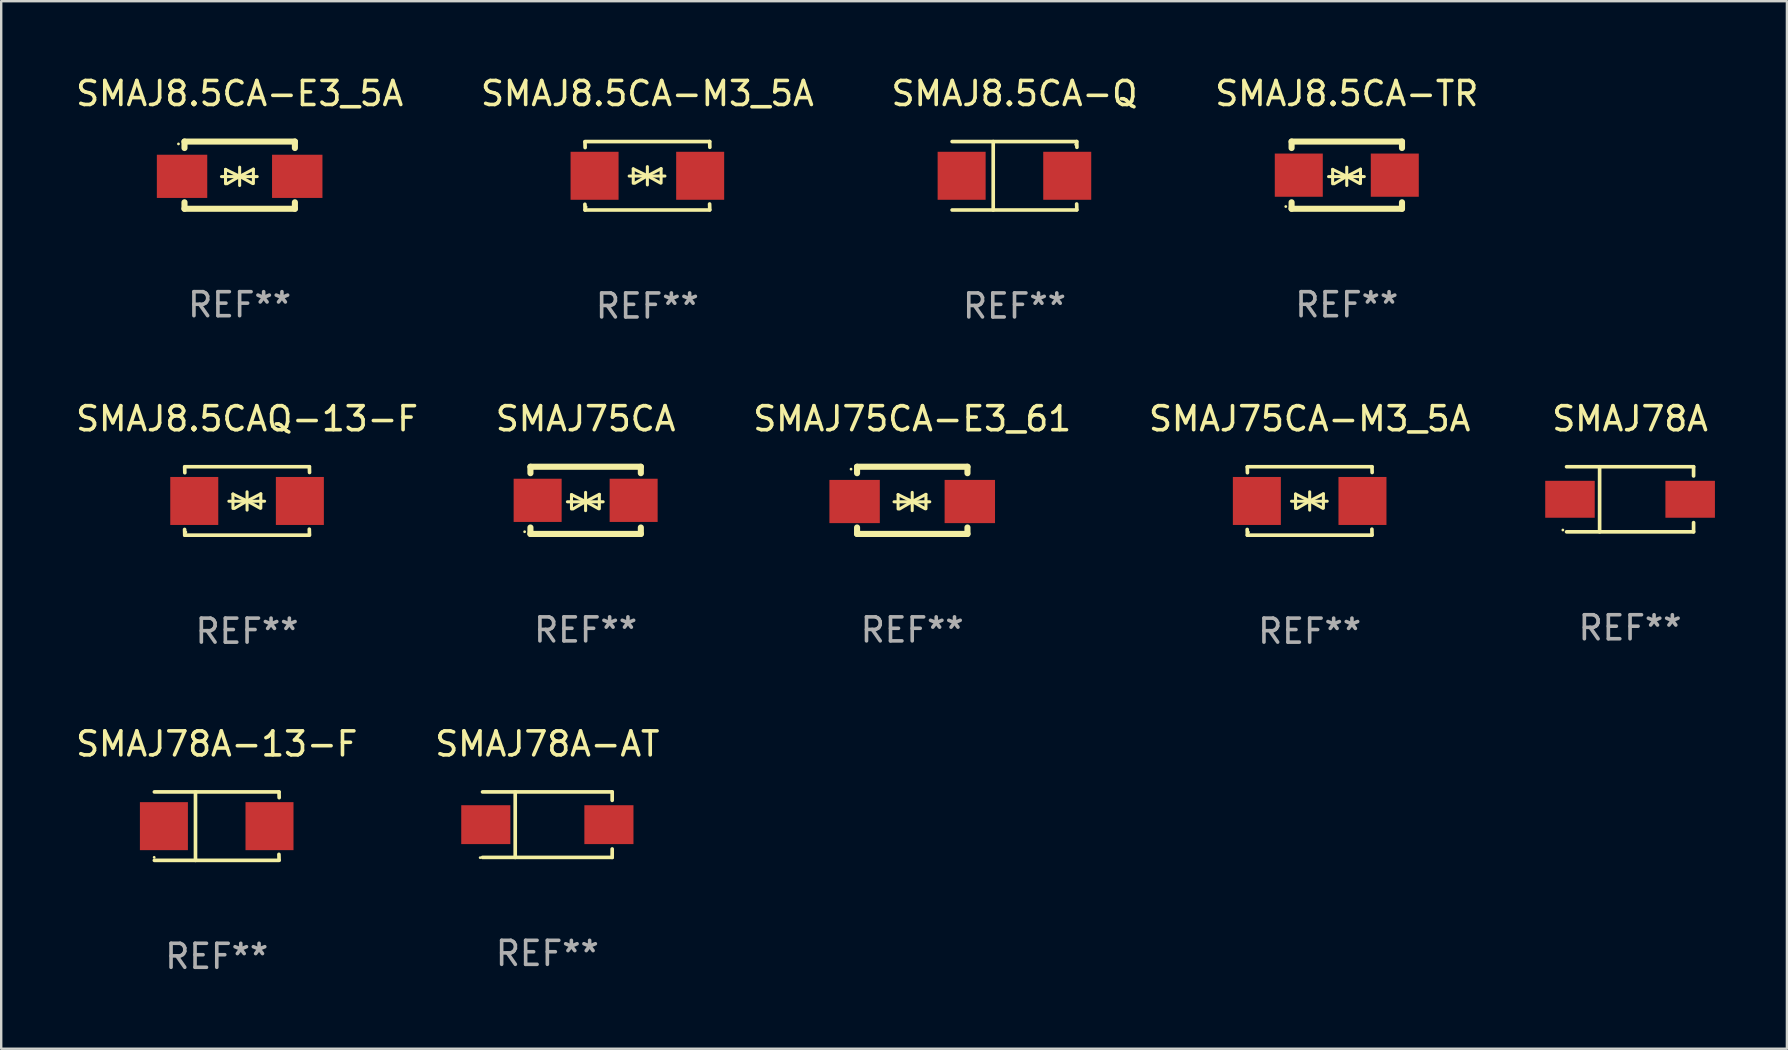
<source format=kicad_pcb>
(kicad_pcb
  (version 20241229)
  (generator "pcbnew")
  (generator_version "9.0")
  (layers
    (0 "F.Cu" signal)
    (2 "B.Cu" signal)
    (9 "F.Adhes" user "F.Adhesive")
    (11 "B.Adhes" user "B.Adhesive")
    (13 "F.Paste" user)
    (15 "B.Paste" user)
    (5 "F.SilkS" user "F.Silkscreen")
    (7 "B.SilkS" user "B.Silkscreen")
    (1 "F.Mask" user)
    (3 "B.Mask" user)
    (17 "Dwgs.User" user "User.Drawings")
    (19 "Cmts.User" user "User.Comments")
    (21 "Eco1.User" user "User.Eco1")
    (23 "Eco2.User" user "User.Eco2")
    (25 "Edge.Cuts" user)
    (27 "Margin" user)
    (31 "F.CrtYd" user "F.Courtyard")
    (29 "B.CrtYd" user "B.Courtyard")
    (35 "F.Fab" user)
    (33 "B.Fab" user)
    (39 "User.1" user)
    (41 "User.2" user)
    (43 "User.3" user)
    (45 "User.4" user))
  (footprint "SMAJ78A-AT"
    (layer "F.Cu")
    (at 19.756 31.31)
    (property "Reference" "SMAJ78A-AT" (at 0 -3.364 0) (layer "F.SilkS") (effects (font (size 1 1) (thickness 0.15))))
    (attr through_hole)
    (fp_line (start -2.701 -1.364) (end 2.701 -1.364) (stroke (width 0.152) (type solid)) (layer "F.SilkS"))
    (fp_line (start -2.701 1.364) (end 2.701 1.364) (stroke (width 0.152) (type solid)) (layer "F.SilkS"))
    (fp_line (start -1.339 -1.364) (end -1.339 1.364) (stroke (width 0.152) (type solid)) (layer "F.SilkS"))
    (fp_line (start 2.701 -1.364) (end 2.701 -1.013) (stroke (width 0.152) (type solid)) (layer "F.SilkS"))
    (fp_line (start 2.701 1.364) (end 2.701 1.013) (stroke (width 0.152) (type solid)) (layer "F.SilkS"))
    (fp_circle (center -2.8 1.375) (end -2.77 1.375) (stroke (width 0.06) (type solid)) (fill no) (layer "F.SilkS"))
    (fp_text user "REF**" (at 0 5.364 0) (layer "F.Fab") (effects (font (size 1 1) (thickness 0.15))))
    (pad "1" smd rect (at -2.565 -0.000025) (size 2.046 1.62) (layers "F.Cu" "F.Mask" "F.Paste"))
    (pad "2" smd rect (at 2.565 -0.000025) (size 2.046 1.62) (layers "F.Cu" "F.Mask" "F.Paste")))
  (footprint "SMAJ8.5CA-E3_5A"
    (layer "F.Cu")
    (at 6.935 4.248)
    (property "Reference" "SMAJ8.5CA-E3_5A" (at 0 -3.4 0) (layer "F.SilkS") (effects (font (size 1 1) (thickness 0.15))))
    (attr through_hole)
    (fp_line (start -2.298 -1.4) (end -2.298 -1.131) (stroke (width 0.254) (type solid)) (layer "F.SilkS"))
    (fp_line (start -2.298 -1.4) (end 2.302 -1.4) (stroke (width 0.254) (type solid)) (layer "F.SilkS"))
    (fp_line (start -2.298 1.131) (end -2.298 1.4) (stroke (width 0.254) (type solid)) (layer "F.SilkS"))
    (fp_line (start -2.298 1.4) (end 2.302 1.4) (stroke (width 0.254) (type solid)) (layer "F.SilkS"))
    (fp_line (start -0.758 0.06) (end 0.732 0.06) (stroke (width 0.127) (type solid)) (layer "F.SilkS"))
    (fp_line (start -0.588 -0.24) (end -0.588 0.36) (stroke (width 0.127) (type solid)) (layer "F.SilkS"))
    (fp_line (start -0.588 -0.24) (end 0.000025 0.049) (stroke (width 0.127) (type solid)) (layer "F.SilkS"))
    (fp_line (start -0.528 0.36) (end 0.000025 0.049) (stroke (width 0.127) (type solid)) (layer "F.SilkS"))
    (fp_line (start 0.000025 0.049) (end 0.000025 -0.332) (stroke (width 0.127) (type solid)) (layer "F.SilkS"))
    (fp_line (start 0.000025 0.049) (end 0.000025 0.43) (stroke (width 0.127) (type solid)) (layer "F.SilkS"))
    (fp_line (start 0.542 0.35) (end 0.000025 0.049) (stroke (width 0.127) (type solid)) (layer "F.SilkS"))
    (fp_line (start 0.572 -0.25) (end 0.000025 0.049) (stroke (width 0.127) (type solid)) (layer "F.SilkS"))
    (fp_line (start 0.572 -0.25) (end 0.572 0.35) (stroke (width 0.127) (type solid)) (layer "F.SilkS"))
    (fp_line (start 2.302 -1.4) (end 2.302 -1.131) (stroke (width 0.254) (type solid)) (layer "F.SilkS"))
    (fp_line (start 2.302 1.131) (end 2.302 1.4) (stroke (width 0.254) (type solid)) (layer "F.SilkS"))
    (fp_circle (center -2.549 -1.301) (end -2.519 -1.301) (stroke (width 0.06) (type solid)) (fill no) (layer "F.SilkS"))
    (fp_text user "REF**" (at 0 5.4 0) (layer "F.Fab") (effects (font (size 1 1) (thickness 0.15))))
    (pad "1" smd rect (at -2.4 0.049) (size 2.1 1.8) (layers "F.Cu" "F.Mask" "F.Paste"))
    (pad "2" smd rect (at 2.4 0.049) (size 2.1 1.8) (layers "F.Cu" "F.Mask" "F.Paste")))
  (footprint "SMAJ8.5CA-TR"
    (layer "F.Cu")
    (at 53.065 4.248)
    (property "Reference" "SMAJ8.5CA-TR" (at 0 -3.4 0) (layer "F.SilkS") (effects (font (size 1 1) (thickness 0.15))))
    (attr through_hole)
    (fp_line (start -2.3 -1.4) (end -2.3 -1.131) (stroke (width 0.254) (type solid)) (layer "F.SilkS"))
    (fp_line (start -2.3 -1.4) (end 2.3 -1.4) (stroke (width 0.254) (type solid)) (layer "F.SilkS"))
    (fp_line (start -2.3 1.131) (end -2.3 1.4) (stroke (width 0.254) (type solid)) (layer "F.SilkS"))
    (fp_line (start -2.3 1.4) (end 2.3 1.4) (stroke (width 0.254) (type solid)) (layer "F.SilkS"))
    (fp_line (start -0.76 0.06) (end 0.73 0.06) (stroke (width 0.127) (type solid)) (layer "F.SilkS"))
    (fp_line (start -0.59 -0.24) (end -0.59 0.36) (stroke (width 0.127) (type solid)) (layer "F.SilkS"))
    (fp_line (start -0.59 -0.24) (end -0.002 0.049) (stroke (width 0.127) (type solid)) (layer "F.SilkS"))
    (fp_line (start -0.53 0.36) (end -0.002 0.049) (stroke (width 0.127) (type solid)) (layer "F.SilkS"))
    (fp_line (start -0.002 0.049) (end -0.002 -0.332) (stroke (width 0.127) (type solid)) (layer "F.SilkS"))
    (fp_line (start -0.002 0.049) (end -0.002 0.43) (stroke (width 0.127) (type solid)) (layer "F.SilkS"))
    (fp_line (start 0.54 0.35) (end -0.002 0.049) (stroke (width 0.127) (type solid)) (layer "F.SilkS"))
    (fp_line (start 0.57 -0.25) (end -0.002 0.049) (stroke (width 0.127) (type solid)) (layer "F.SilkS"))
    (fp_line (start 0.57 -0.25) (end 0.57 0.35) (stroke (width 0.127) (type solid)) (layer "F.SilkS"))
    (fp_line (start 2.3 -1.4) (end 2.3 -1.131) (stroke (width 0.254) (type solid)) (layer "F.SilkS"))
    (fp_line (start 2.3 1.131) (end 2.3 1.4) (stroke (width 0.254) (type solid)) (layer "F.SilkS"))
    (fp_circle (center -2.542 1.308) (end -2.512 1.308) (stroke (width 0.06) (type solid)) (fill no) (layer "F.SilkS"))
    (fp_text user "REF**" (at 0 5.4 0) (layer "F.Fab") (effects (font (size 1 1) (thickness 0.15))))
    (pad "1" smd rect (at -2 0) (size 2 1.8) (layers "F.Cu" "F.Mask" "F.Paste"))
    (pad "2" smd rect (at 2 0) (size 2 1.8) (layers "F.Cu" "F.Mask" "F.Paste")))
  (footprint "SMAJ75CA-M3_5A"
    (layer "F.Cu")
    (at 51.518 17.823)
    (property "Reference" "SMAJ75CA-M3_5A" (at 0 -3.426 0) (layer "F.SilkS") (effects (font (size 1 1) (thickness 0.15))))
    (attr through_hole)
    (fp_line (start -2.596 -1.426) (end 2.596 -1.426) (stroke (width 0.152) (type solid)) (layer "F.SilkS"))
    (fp_line (start -2.596 1.426) (end -2.603 1.187) (stroke (width 0.152) (type solid)) (layer "F.SilkS"))
    (fp_line (start -2.596 1.426) (end 2.596 1.426) (stroke (width 0.152) (type solid)) (layer "F.SilkS"))
    (fp_line (start -2.593 -1.176) (end -2.6 -1.415) (stroke (width 0.152) (type solid)) (layer "F.SilkS"))
    (fp_line (start -0.758 0.011) (end 0.732 0.011) (stroke (width 0.127) (type solid)) (layer "F.SilkS"))
    (fp_line (start -0.588 -0.289) (end -0.588 0.311) (stroke (width 0.127) (type solid)) (layer "F.SilkS"))
    (fp_line (start -0.588 -0.289) (end 0 0) (stroke (width 0.127) (type solid)) (layer "F.SilkS"))
    (fp_line (start -0.528 0.311) (end 0 0) (stroke (width 0.127) (type solid)) (layer "F.SilkS"))
    (fp_line (start 0 0) (end 0 -0.381) (stroke (width 0.127) (type solid)) (layer "F.SilkS"))
    (fp_line (start 0 0) (end 0 0.381) (stroke (width 0.127) (type solid)) (layer "F.SilkS"))
    (fp_line (start 0.542 0.301) (end 0 0) (stroke (width 0.127) (type solid)) (layer "F.SilkS"))
    (fp_line (start 0.572 -0.299) (end 0 0) (stroke (width 0.127) (type solid)) (layer "F.SilkS"))
    (fp_line (start 0.572 -0.299) (end 0.572 0.301) (stroke (width 0.127) (type solid)) (layer "F.SilkS"))
    (fp_line (start 2.593 1.176) (end 2.6 1.415) (stroke (width 0.152) (type solid)) (layer "F.SilkS"))
    (fp_line (start 2.596 -1.426) (end 2.603 -1.187) (stroke (width 0.152) (type solid)) (layer "F.SilkS"))
    (fp_circle (center -2.55 1.3) (end -2.52 1.3) (stroke (width 0.06) (type solid)) (fill no) (layer "F.SilkS"))
    (fp_text user "REF**" (at 0 5.426 0) (layer "F.Fab") (effects (font (size 1 1) (thickness 0.15))))
    (pad "1" smd rect (at -2.2 0 180) (size 2 2) (layers "F.Cu" "F.Mask" "F.Paste"))
    (pad "2" smd rect (at 2.2 0 180) (size 2 2) (layers "F.Cu" "F.Mask" "F.Paste")))
  (footprint "SMAJ78A-13-F"
    (layer "F.Cu")
    (at 5.982 31.372)
    (property "Reference" "SMAJ78A-13-F" (at 0 -3.426 0) (layer "F.SilkS") (effects (font (size 1 1) (thickness 0.15))))
    (attr through_hole)
    (fp_line (start -2.6 -1.426) (end 2.593 -1.426) (stroke (width 0.152) (type solid)) (layer "F.SilkS"))
    (fp_line (start -2.6 1.426) (end 2.593 1.426) (stroke (width 0.152) (type solid)) (layer "F.SilkS"))
    (fp_line (start -0.887 -1.426) (end -0.887 1.426) (stroke (width 0.152) (type solid)) (layer "F.SilkS"))
    (fp_line (start 2.59 1.176) (end 2.597 1.415) (stroke (width 0.152) (type solid)) (layer "F.SilkS"))
    (fp_line (start 2.593 -1.426) (end 2.6 -1.187) (stroke (width 0.152) (type solid)) (layer "F.SilkS"))
    (fp_circle (center -2.608 1.3) (end -2.578 1.3) (stroke (width 0.06) (type solid)) (fill no) (layer "F.SilkS"))
    (fp_text user "REF**" (at 0 5.426 0) (layer "F.Fab") (effects (font (size 1 1) (thickness 0.15))))
    (pad "1" smd rect (at -2.203 0 180) (size 2 2) (layers "F.Cu" "F.Mask" "F.Paste"))
    (pad "2" smd rect (at 2.197 0 180) (size 2 2) (layers "F.Cu" "F.Mask" "F.Paste")))
  (footprint "SMAJ75CA-E3_61"
    (layer "F.Cu")
    (at 34.958 17.797)
    (property "Reference" "SMAJ75CA-E3_61" (at 0 -3.4 0) (layer "F.SilkS") (effects (font (size 1 1) (thickness 0.15))))
    (attr through_hole)
    (fp_line (start -2.298 -1.4) (end -2.298 -1.131) (stroke (width 0.254) (type solid)) (layer "F.SilkS"))
    (fp_line (start -2.298 -1.4) (end 2.302 -1.4) (stroke (width 0.254) (type solid)) (layer "F.SilkS"))
    (fp_line (start -2.298 1.131) (end -2.298 1.4) (stroke (width 0.254) (type solid)) (layer "F.SilkS"))
    (fp_line (start -2.298 1.4) (end 2.302 1.4) (stroke (width 0.254) (type solid)) (layer "F.SilkS"))
    (fp_line (start -0.758 0.06) (end 0.732 0.06) (stroke (width 0.127) (type solid)) (layer "F.SilkS"))
    (fp_line (start -0.588 -0.24) (end -0.588 0.36) (stroke (width 0.127) (type solid)) (layer "F.SilkS"))
    (fp_line (start -0.588 -0.24) (end 0.000025 0.049) (stroke (width 0.127) (type solid)) (layer "F.SilkS"))
    (fp_line (start -0.528 0.36) (end 0.000025 0.049) (stroke (width 0.127) (type solid)) (layer "F.SilkS"))
    (fp_line (start 0.000025 0.049) (end 0.000025 -0.332) (stroke (width 0.127) (type solid)) (layer "F.SilkS"))
    (fp_line (start 0.000025 0.049) (end 0.000025 0.43) (stroke (width 0.127) (type solid)) (layer "F.SilkS"))
    (fp_line (start 0.542 0.35) (end 0.000025 0.049) (stroke (width 0.127) (type solid)) (layer "F.SilkS"))
    (fp_line (start 0.572 -0.25) (end 0.000025 0.049) (stroke (width 0.127) (type solid)) (layer "F.SilkS"))
    (fp_line (start 0.572 -0.25) (end 0.572 0.35) (stroke (width 0.127) (type solid)) (layer "F.SilkS"))
    (fp_line (start 2.302 -1.4) (end 2.302 -1.131) (stroke (width 0.254) (type solid)) (layer "F.SilkS"))
    (fp_line (start 2.302 1.131) (end 2.302 1.4) (stroke (width 0.254) (type solid)) (layer "F.SilkS"))
    (fp_circle (center -2.549 -1.301) (end -2.519 -1.301) (stroke (width 0.06) (type solid)) (fill no) (layer "F.SilkS"))
    (fp_text user "REF**" (at 0 5.4 0) (layer "F.Fab") (effects (font (size 1 1) (thickness 0.15))))
    (pad "1" smd rect (at -2.4 0.049) (size 2.1 1.8) (layers "F.Cu" "F.Mask" "F.Paste"))
    (pad "2" smd rect (at 2.4 0.049) (size 2.1 1.8) (layers "F.Cu" "F.Mask" "F.Paste")))
  (footprint "SMAJ8.5CA-Q"
    (layer "F.Cu")
    (at 39.22 4.274)
    (property "Reference" "SMAJ8.5CA-Q" (at 0 -3.426 0) (layer "F.SilkS") (effects (font (size 1 1) (thickness 0.15))))
    (attr through_hole)
    (fp_line (start -2.6 -1.426) (end 2.593 -1.426) (stroke (width 0.152) (type solid)) (layer "F.SilkS"))
    (fp_line (start -2.6 1.426) (end 2.593 1.426) (stroke (width 0.152) (type solid)) (layer "F.SilkS"))
    (fp_line (start -0.887 -1.426) (end -0.887 1.426) (stroke (width 0.152) (type solid)) (layer "F.SilkS"))
    (fp_line (start 2.59 1.176) (end 2.597 1.415) (stroke (width 0.152) (type solid)) (layer "F.SilkS"))
    (fp_line (start 2.593 -1.426) (end 2.6 -1.187) (stroke (width 0.152) (type solid)) (layer "F.SilkS"))
    (fp_circle (center 2.547 -1.3) (end 2.577 -1.3) (stroke (width 0.06) (type solid)) (fill no) (layer "F.SilkS"))
    (fp_text user "REF**" (at 0 5.426 0) (layer "F.Fab") (effects (font (size 1 1) (thickness 0.15))))
    (pad "1" smd rect (at 2.197 -0.000025 180) (size 2 2) (layers "F.Cu" "F.Mask" "F.Paste"))
    (pad "2" smd rect (at -2.203 -0.000025 180) (size 2 2) (layers "F.Cu" "F.Mask" "F.Paste")))
  (footprint "SMAJ75CA"
    (layer "F.Cu")
    (at 21.351 17.797)
    (property "Reference" "SMAJ75CA" (at 0 -3.4 0) (layer "F.SilkS") (effects (font (size 1 1) (thickness 0.15))))
    (attr through_hole)
    (fp_line (start -2.3 -1.4) (end -2.3 -1.131) (stroke (width 0.254) (type solid)) (layer "F.SilkS"))
    (fp_line (start -2.3 -1.4) (end 2.3 -1.4) (stroke (width 0.254) (type solid)) (layer "F.SilkS"))
    (fp_line (start -2.3 1.131) (end -2.3 1.4) (stroke (width 0.254) (type solid)) (layer "F.SilkS"))
    (fp_line (start -2.3 1.4) (end 2.3 1.4) (stroke (width 0.254) (type solid)) (layer "F.SilkS"))
    (fp_line (start -0.76 0.06) (end 0.73 0.06) (stroke (width 0.127) (type solid)) (layer "F.SilkS"))
    (fp_line (start -0.59 -0.24) (end -0.59 0.36) (stroke (width 0.127) (type solid)) (layer "F.SilkS"))
    (fp_line (start -0.59 -0.24) (end -0.002 0.049) (stroke (width 0.127) (type solid)) (layer "F.SilkS"))
    (fp_line (start -0.53 0.36) (end -0.002 0.049) (stroke (width 0.127) (type solid)) (layer "F.SilkS"))
    (fp_line (start -0.002 0.049) (end -0.002 -0.332) (stroke (width 0.127) (type solid)) (layer "F.SilkS"))
    (fp_line (start -0.002 0.049) (end -0.002 0.43) (stroke (width 0.127) (type solid)) (layer "F.SilkS"))
    (fp_line (start 0.54 0.35) (end -0.002 0.049) (stroke (width 0.127) (type solid)) (layer "F.SilkS"))
    (fp_line (start 0.57 -0.25) (end -0.002 0.049) (stroke (width 0.127) (type solid)) (layer "F.SilkS"))
    (fp_line (start 0.57 -0.25) (end 0.57 0.35) (stroke (width 0.127) (type solid)) (layer "F.SilkS"))
    (fp_line (start 2.3 -1.4) (end 2.3 -1.131) (stroke (width 0.254) (type solid)) (layer "F.SilkS"))
    (fp_line (start 2.3 1.131) (end 2.3 1.4) (stroke (width 0.254) (type solid)) (layer "F.SilkS"))
    (fp_circle (center -2.542 1.308) (end -2.512 1.308) (stroke (width 0.06) (type solid)) (fill no) (layer "F.SilkS"))
    (fp_text user "REF**" (at 0 5.4 0) (layer "F.Fab") (effects (font (size 1 1) (thickness 0.15))))
    (pad "1" smd rect (at -2 0) (size 2 1.8) (layers "F.Cu" "F.Mask" "F.Paste"))
    (pad "2" smd rect (at 2 0) (size 2 1.8) (layers "F.Cu" "F.Mask" "F.Paste")))
  (footprint "SMAJ8.5CAQ-13-F"
    (layer "F.Cu")
    (at 7.244 17.823)
    (property "Reference" "SMAJ8.5CAQ-13-F" (at 0 -3.426 0) (layer "F.SilkS") (effects (font (size 1 1) (thickness 0.15))))
    (attr through_hole)
    (fp_line (start -2.596 -1.426) (end 2.596 -1.426) (stroke (width 0.152) (type solid)) (layer "F.SilkS"))
    (fp_line (start -2.596 1.426) (end -2.603 1.187) (stroke (width 0.152) (type solid)) (layer "F.SilkS"))
    (fp_line (start -2.596 1.426) (end 2.596 1.426) (stroke (width 0.152) (type solid)) (layer "F.SilkS"))
    (fp_line (start -2.593 -1.176) (end -2.6 -1.415) (stroke (width 0.152) (type solid)) (layer "F.SilkS"))
    (fp_line (start -0.758 0.011) (end 0.732 0.011) (stroke (width 0.127) (type solid)) (layer "F.SilkS"))
    (fp_line (start -0.588 -0.289) (end -0.588 0.311) (stroke (width 0.127) (type solid)) (layer "F.SilkS"))
    (fp_line (start -0.588 -0.289) (end 0 0) (stroke (width 0.127) (type solid)) (layer "F.SilkS"))
    (fp_line (start -0.528 0.311) (end 0 0) (stroke (width 0.127) (type solid)) (layer "F.SilkS"))
    (fp_line (start 0 0) (end 0 -0.381) (stroke (width 0.127) (type solid)) (layer "F.SilkS"))
    (fp_line (start 0 0) (end 0 0.381) (stroke (width 0.127) (type solid)) (layer "F.SilkS"))
    (fp_line (start 0.542 0.301) (end 0 0) (stroke (width 0.127) (type solid)) (layer "F.SilkS"))
    (fp_line (start 0.572 -0.299) (end 0 0) (stroke (width 0.127) (type solid)) (layer "F.SilkS"))
    (fp_line (start 0.572 -0.299) (end 0.572 0.301) (stroke (width 0.127) (type solid)) (layer "F.SilkS"))
    (fp_line (start 2.593 1.176) (end 2.6 1.415) (stroke (width 0.152) (type solid)) (layer "F.SilkS"))
    (fp_line (start 2.596 -1.426) (end 2.603 -1.187) (stroke (width 0.152) (type solid)) (layer "F.SilkS"))
    (fp_circle (center -2.55 1.3) (end -2.52 1.3) (stroke (width 0.06) (type solid)) (fill no) (layer "F.SilkS"))
    (fp_text user "REF**" (at 0 5.426 0) (layer "F.Fab") (effects (font (size 1 1) (thickness 0.15))))
    (pad "1" smd rect (at -2.2 0 180) (size 2 2) (layers "F.Cu" "F.Mask" "F.Paste"))
    (pad "2" smd rect (at 2.2 0 180) (size 2 2) (layers "F.Cu" "F.Mask" "F.Paste")))
  (footprint "SMAJ78A"
    (layer "F.Cu")
    (at 64.868 17.753)
    (property "Reference" "SMAJ78A" (at 0 -3.356 0) (layer "F.SilkS") (effects (font (size 1 1) (thickness 0.15))))
    (attr through_hole)
    (fp_line (start -2.646 -1.356) (end 2.646 -1.356) (stroke (width 0.152) (type solid)) (layer "F.SilkS"))
    (fp_line (start -2.646 1.356) (end 2.646 1.356) (stroke (width 0.152) (type solid)) (layer "F.SilkS"))
    (fp_line (start -1.269 -1.356) (end -1.269 1.356) (stroke (width 0.152) (type solid)) (layer "F.SilkS"))
    (fp_line (start 2.646 -1.356) (end 2.646 -0.973) (stroke (width 0.152) (type solid)) (layer "F.SilkS"))
    (fp_line (start 2.646 1.356) (end 2.646 0.973) (stroke (width 0.152) (type solid)) (layer "F.SilkS"))
    (fp_circle (center -2.8 1.28) (end -2.77 1.28) (stroke (width 0.06) (type solid)) (fill no) (layer "F.SilkS"))
    (fp_text user "REF**" (at 0 5.356 0) (layer "F.Fab") (effects (font (size 1 1) (thickness 0.15))))
    (pad "1" smd rect (at 2.504 0) (size 2.063 1.539) (layers "F.Cu" "F.Mask" "F.Paste"))
    (pad "2" smd rect (at -2.504 0) (size 2.063 1.539) (layers "F.Cu" "F.Mask" "F.Paste")))
  (footprint "SMAJ8.5CA-M3_5A"
    (layer "F.Cu")
    (at 23.923 4.274)
    (property "Reference" "SMAJ8.5CA-M3_5A" (at 0 -3.426 0) (layer "F.SilkS") (effects (font (size 1 1) (thickness 0.15))))
    (attr through_hole)
    (fp_line (start -2.596 -1.426) (end 2.596 -1.426) (stroke (width 0.152) (type solid)) (layer "F.SilkS"))
    (fp_line (start -2.596 1.426) (end -2.603 1.187) (stroke (width 0.152) (type solid)) (layer "F.SilkS"))
    (fp_line (start -2.596 1.426) (end 2.596 1.426) (stroke (width 0.152) (type solid)) (layer "F.SilkS"))
    (fp_line (start -2.593 -1.176) (end -2.6 -1.415) (stroke (width 0.152) (type solid)) (layer "F.SilkS"))
    (fp_line (start -0.758 0.011) (end 0.732 0.011) (stroke (width 0.127) (type solid)) (layer "F.SilkS"))
    (fp_line (start -0.588 -0.289) (end -0.588 0.311) (stroke (width 0.127) (type solid)) (layer "F.SilkS"))
    (fp_line (start -0.588 -0.289) (end 0 0) (stroke (width 0.127) (type solid)) (layer "F.SilkS"))
    (fp_line (start -0.528 0.311) (end 0 0) (stroke (width 0.127) (type solid)) (layer "F.SilkS"))
    (fp_line (start 0 0) (end 0 -0.381) (stroke (width 0.127) (type solid)) (layer "F.SilkS"))
    (fp_line (start 0 0) (end 0 0.381) (stroke (width 0.127) (type solid)) (layer "F.SilkS"))
    (fp_line (start 0.542 0.301) (end 0 0) (stroke (width 0.127) (type solid)) (layer "F.SilkS"))
    (fp_line (start 0.572 -0.299) (end 0 0) (stroke (width 0.127) (type solid)) (layer "F.SilkS"))
    (fp_line (start 0.572 -0.299) (end 0.572 0.301) (stroke (width 0.127) (type solid)) (layer "F.SilkS"))
    (fp_line (start 2.593 1.176) (end 2.6 1.415) (stroke (width 0.152) (type solid)) (layer "F.SilkS"))
    (fp_line (start 2.596 -1.426) (end 2.603 -1.187) (stroke (width 0.152) (type solid)) (layer "F.SilkS"))
    (fp_circle (center -2.55 1.3) (end -2.52 1.3) (stroke (width 0.06) (type solid)) (fill no) (layer "F.SilkS"))
    (fp_text user "REF**" (at 0 5.426 0) (layer "F.Fab") (effects (font (size 1 1) (thickness 0.15))))
    (pad "1" smd rect (at -2.2 0 180) (size 2 2) (layers "F.Cu" "F.Mask" "F.Paste"))
    (pad "2" smd rect (at 2.2 0 180) (size 2 2) (layers "F.Cu" "F.Mask" "F.Paste")))
  (gr_rect
    (start -3 -3)
    (end 71.403 40.647)
    (stroke (width 0.1) (type default))
    (fill no)
    (layer "Edge.Cuts")))
</source>
